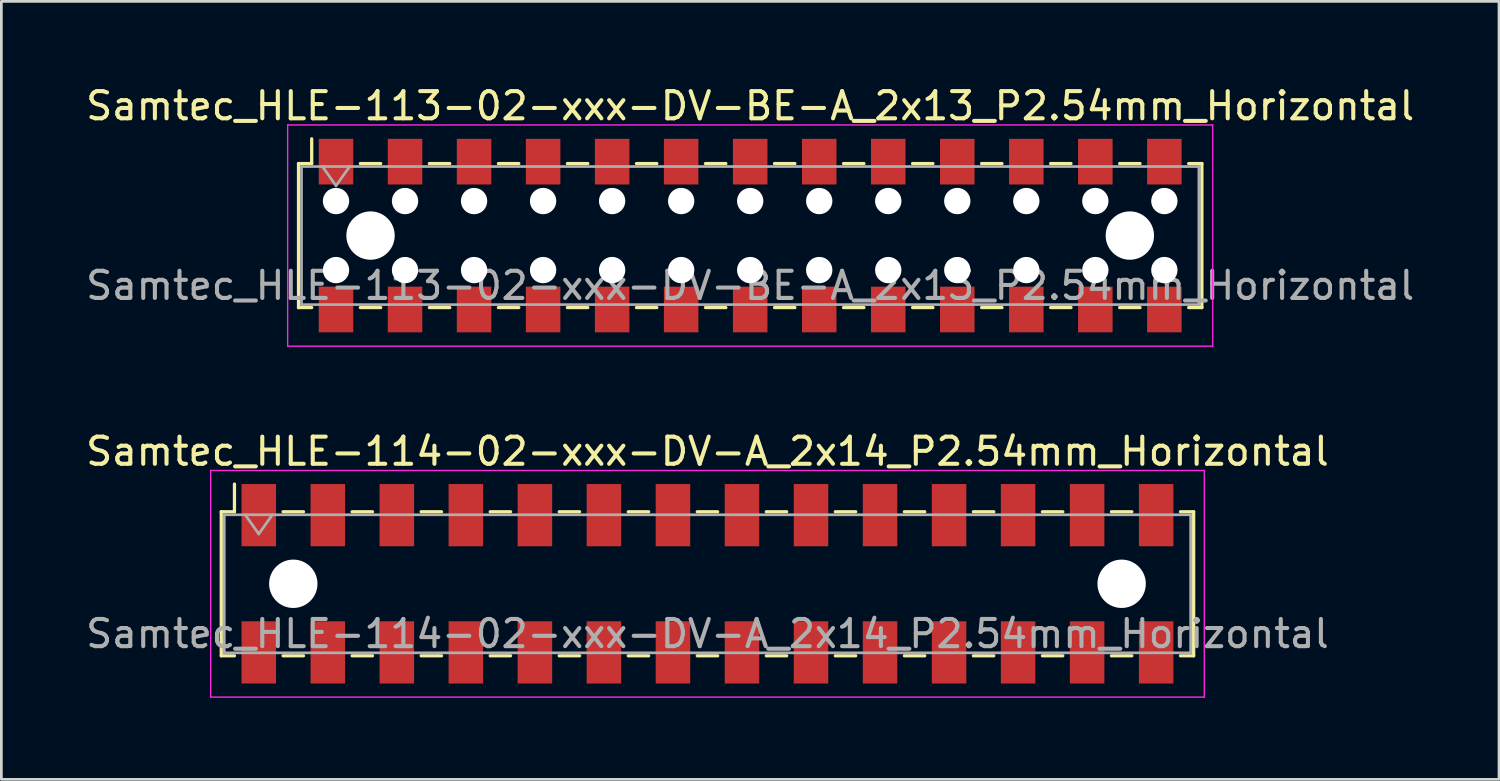
<source format=kicad_pcb>
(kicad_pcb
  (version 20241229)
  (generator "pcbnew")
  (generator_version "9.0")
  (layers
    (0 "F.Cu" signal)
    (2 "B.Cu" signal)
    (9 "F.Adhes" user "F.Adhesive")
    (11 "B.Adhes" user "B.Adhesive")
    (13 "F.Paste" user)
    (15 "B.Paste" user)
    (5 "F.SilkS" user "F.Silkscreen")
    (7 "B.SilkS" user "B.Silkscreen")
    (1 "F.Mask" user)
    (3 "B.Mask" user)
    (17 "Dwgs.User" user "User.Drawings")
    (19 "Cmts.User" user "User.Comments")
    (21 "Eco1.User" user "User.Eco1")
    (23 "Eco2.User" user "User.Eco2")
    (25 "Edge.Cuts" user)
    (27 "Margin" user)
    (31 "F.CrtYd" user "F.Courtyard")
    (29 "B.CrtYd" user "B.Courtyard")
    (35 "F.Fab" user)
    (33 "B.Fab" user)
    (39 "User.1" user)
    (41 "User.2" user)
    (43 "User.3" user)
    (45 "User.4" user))
  (footprint "Samtec_HLE-114-02-xxx-DV-A_2x14_P2.54mm_Horizontal"
    (layer "F.Cu")
    (at 22.982 18.431)
    (property "Reference" "Samtec_HLE-114-02-xxx-DV-A_2x14_P2.54mm_Horizontal" (at 0 -4.87 0) (layer "F.SilkS") (effects (font (size 1 1) (thickness 0.15))))
    (attr smd)
    (fp_line (start -17.89 -2.65) (end -17.89 2.65) (stroke (width 0.12) (type solid)) (layer "F.SilkS"))
    (fp_line (start -17.89 2.65) (end -17.405 2.65) (stroke (width 0.12) (type solid)) (layer "F.SilkS"))
    (fp_line (start -17.405 -3.67) (end -17.405 -2.65) (stroke (width 0.12) (type solid)) (layer "F.SilkS"))
    (fp_line (start -17.405 -2.65) (end -17.89 -2.65) (stroke (width 0.12) (type solid)) (layer "F.SilkS"))
    (fp_line (start -15.615 -2.65) (end -14.865 -2.65) (stroke (width 0.12) (type solid)) (layer "F.SilkS"))
    (fp_line (start -15.615 2.65) (end -14.865 2.65) (stroke (width 0.12) (type solid)) (layer "F.SilkS"))
    (fp_line (start -13.075 -2.65) (end -12.325 -2.65) (stroke (width 0.12) (type solid)) (layer "F.SilkS"))
    (fp_line (start -13.075 2.65) (end -12.325 2.65) (stroke (width 0.12) (type solid)) (layer "F.SilkS"))
    (fp_line (start -10.535 -2.65) (end -9.785 -2.65) (stroke (width 0.12) (type solid)) (layer "F.SilkS"))
    (fp_line (start -10.535 2.65) (end -9.785 2.65) (stroke (width 0.12) (type solid)) (layer "F.SilkS"))
    (fp_line (start -7.995 -2.65) (end -7.245 -2.65) (stroke (width 0.12) (type solid)) (layer "F.SilkS"))
    (fp_line (start -7.995 2.65) (end -7.245 2.65) (stroke (width 0.12) (type solid)) (layer "F.SilkS"))
    (fp_line (start -5.455 -2.65) (end -4.705 -2.65) (stroke (width 0.12) (type solid)) (layer "F.SilkS"))
    (fp_line (start -5.455 2.65) (end -4.705 2.65) (stroke (width 0.12) (type solid)) (layer "F.SilkS"))
    (fp_line (start -2.915 -2.65) (end -2.165 -2.65) (stroke (width 0.12) (type solid)) (layer "F.SilkS"))
    (fp_line (start -2.915 2.65) (end -2.165 2.65) (stroke (width 0.12) (type solid)) (layer "F.SilkS"))
    (fp_line (start -0.375 -2.65) (end 0.375 -2.65) (stroke (width 0.12) (type solid)) (layer "F.SilkS"))
    (fp_line (start -0.375 2.65) (end 0.375 2.65) (stroke (width 0.12) (type solid)) (layer "F.SilkS"))
    (fp_line (start 2.165 -2.65) (end 2.915 -2.65) (stroke (width 0.12) (type solid)) (layer "F.SilkS"))
    (fp_line (start 2.165 2.65) (end 2.915 2.65) (stroke (width 0.12) (type solid)) (layer "F.SilkS"))
    (fp_line (start 4.705 -2.65) (end 5.455 -2.65) (stroke (width 0.12) (type solid)) (layer "F.SilkS"))
    (fp_line (start 4.705 2.65) (end 5.455 2.65) (stroke (width 0.12) (type solid)) (layer "F.SilkS"))
    (fp_line (start 7.245 -2.65) (end 7.995 -2.65) (stroke (width 0.12) (type solid)) (layer "F.SilkS"))
    (fp_line (start 7.245 2.65) (end 7.995 2.65) (stroke (width 0.12) (type solid)) (layer "F.SilkS"))
    (fp_line (start 9.785 -2.65) (end 10.535 -2.65) (stroke (width 0.12) (type solid)) (layer "F.SilkS"))
    (fp_line (start 9.785 2.65) (end 10.535 2.65) (stroke (width 0.12) (type solid)) (layer "F.SilkS"))
    (fp_line (start 12.325 -2.65) (end 13.075 -2.65) (stroke (width 0.12) (type solid)) (layer "F.SilkS"))
    (fp_line (start 12.325 2.65) (end 13.075 2.65) (stroke (width 0.12) (type solid)) (layer "F.SilkS"))
    (fp_line (start 14.865 -2.65) (end 15.615 -2.65) (stroke (width 0.12) (type solid)) (layer "F.SilkS"))
    (fp_line (start 14.865 2.65) (end 15.615 2.65) (stroke (width 0.12) (type solid)) (layer "F.SilkS"))
    (fp_line (start 17.405 -2.65) (end 17.89 -2.65) (stroke (width 0.12) (type solid)) (layer "F.SilkS"))
    (fp_line (start 17.89 -2.65) (end 17.89 2.65) (stroke (width 0.12) (type solid)) (layer "F.SilkS"))
    (fp_line (start 17.89 2.65) (end 17.405 2.65) (stroke (width 0.12) (type solid)) (layer "F.SilkS"))
    (fp_line (start -18.28 -4.17) (end 18.28 -4.17) (stroke (width 0.05) (type solid)) (layer "F.CrtYd"))
    (fp_line (start -18.28 4.17) (end -18.28 -4.17) (stroke (width 0.05) (type solid)) (layer "F.CrtYd"))
    (fp_line (start 18.28 -4.17) (end 18.28 4.17) (stroke (width 0.05) (type solid)) (layer "F.CrtYd"))
    (fp_line (start 18.28 4.17) (end -18.28 4.17) (stroke (width 0.05) (type solid)) (layer "F.CrtYd"))
    (fp_line (start -17.78 -2.54) (end 17.78 -2.54) (stroke (width 0.1) (type solid)) (layer "F.Fab"))
    (fp_line (start -17.78 2.54) (end -17.78 -2.54) (stroke (width 0.1) (type solid)) (layer "F.Fab"))
    (fp_line (start -17.01 -2.54) (end -16.51 -1.833) (stroke (width 0.1) (type solid)) (layer "F.Fab"))
    (fp_line (start -16.51 -1.833) (end -16.01 -2.54) (stroke (width 0.1) (type solid)) (layer "F.Fab"))
    (fp_line (start 17.78 -2.54) (end 17.78 2.54) (stroke (width 0.1) (type solid)) (layer "F.Fab"))
    (fp_line (start 17.78 2.54) (end -17.78 2.54) (stroke (width 0.1) (type solid)) (layer "F.Fab"))
    (fp_text user "${REFERENCE}" (at 0 1.84 0) (layer "F.Fab") (effects (font (size 1 1) (thickness 0.15))))
    (pad "" np_thru_hole circle (at -15.24 0) (size 1.78 1.78) (drill 1.78) (layers "*.Cu" "*.Mask"))
    (pad "" np_thru_hole circle (at 15.24 0) (size 1.78 1.78) (drill 1.78) (layers "*.Cu" "*.Mask"))
    (pad "1" smd rect (at -16.51 -2.525) (size 1.27 2.29) (layers "F.Cu" "F.Mask" "F.Paste"))
    (pad "2" smd rect (at -16.51 2.525) (size 1.27 2.29) (layers "F.Cu" "F.Mask" "F.Paste"))
    (pad "3" smd rect (at -13.97 -2.525) (size 1.27 2.29) (layers "F.Cu" "F.Mask" "F.Paste"))
    (pad "4" smd rect (at -13.97 2.525) (size 1.27 2.29) (layers "F.Cu" "F.Mask" "F.Paste"))
    (pad "5" smd rect (at -11.43 -2.525) (size 1.27 2.29) (layers "F.Cu" "F.Mask" "F.Paste"))
    (pad "6" smd rect (at -11.43 2.525) (size 1.27 2.29) (layers "F.Cu" "F.Mask" "F.Paste"))
    (pad "7" smd rect (at -8.89 -2.525) (size 1.27 2.29) (layers "F.Cu" "F.Mask" "F.Paste"))
    (pad "8" smd rect (at -8.89 2.525) (size 1.27 2.29) (layers "F.Cu" "F.Mask" "F.Paste"))
    (pad "9" smd rect (at -6.35 -2.525) (size 1.27 2.29) (layers "F.Cu" "F.Mask" "F.Paste"))
    (pad "10" smd rect (at -6.35 2.525) (size 1.27 2.29) (layers "F.Cu" "F.Mask" "F.Paste"))
    (pad "11" smd rect (at -3.81 -2.525) (size 1.27 2.29) (layers "F.Cu" "F.Mask" "F.Paste"))
    (pad "12" smd rect (at -3.81 2.525) (size 1.27 2.29) (layers "F.Cu" "F.Mask" "F.Paste"))
    (pad "13" smd rect (at -1.27 -2.525) (size 1.27 2.29) (layers "F.Cu" "F.Mask" "F.Paste"))
    (pad "14" smd rect (at -1.27 2.525) (size 1.27 2.29) (layers "F.Cu" "F.Mask" "F.Paste"))
    (pad "15" smd rect (at 1.27 -2.525) (size 1.27 2.29) (layers "F.Cu" "F.Mask" "F.Paste"))
    (pad "16" smd rect (at 1.27 2.525) (size 1.27 2.29) (layers "F.Cu" "F.Mask" "F.Paste"))
    (pad "17" smd rect (at 3.81 -2.525) (size 1.27 2.29) (layers "F.Cu" "F.Mask" "F.Paste"))
    (pad "18" smd rect (at 3.81 2.525) (size 1.27 2.29) (layers "F.Cu" "F.Mask" "F.Paste"))
    (pad "19" smd rect (at 6.35 -2.525) (size 1.27 2.29) (layers "F.Cu" "F.Mask" "F.Paste"))
    (pad "20" smd rect (at 6.35 2.525) (size 1.27 2.29) (layers "F.Cu" "F.Mask" "F.Paste"))
    (pad "21" smd rect (at 8.89 -2.525) (size 1.27 2.29) (layers "F.Cu" "F.Mask" "F.Paste"))
    (pad "22" smd rect (at 8.89 2.525) (size 1.27 2.29) (layers "F.Cu" "F.Mask" "F.Paste"))
    (pad "23" smd rect (at 11.43 -2.525) (size 1.27 2.29) (layers "F.Cu" "F.Mask" "F.Paste"))
    (pad "24" smd rect (at 11.43 2.525) (size 1.27 2.29) (layers "F.Cu" "F.Mask" "F.Paste"))
    (pad "25" smd rect (at 13.97 -2.525) (size 1.27 2.29) (layers "F.Cu" "F.Mask" "F.Paste"))
    (pad "26" smd rect (at 13.97 2.525) (size 1.27 2.29) (layers "F.Cu" "F.Mask" "F.Paste"))
    (pad "27" smd rect (at 16.51 -2.525) (size 1.27 2.29) (layers "F.Cu" "F.Mask" "F.Paste"))
    (pad "28" smd rect (at 16.51 2.525) (size 1.27 2.29) (layers "F.Cu" "F.Mask" "F.Paste")))
  (footprint "Samtec_HLE-113-02-xxx-DV-BE-A_2x13_P2.54mm_Horizontal"
    (layer "F.Cu")
    (at 24.554 5.618)
    (property "Reference" "Samtec_HLE-113-02-xxx-DV-BE-A_2x13_P2.54mm_Horizontal" (at 0 -4.77 0) (layer "F.SilkS") (effects (font (size 1 1) (thickness 0.15))))
    (attr smd)
    (fp_line (start -16.62 -2.65) (end -16.62 2.65) (stroke (width 0.12) (type solid)) (layer "F.SilkS"))
    (fp_line (start -16.62 2.65) (end -16.135 2.65) (stroke (width 0.12) (type solid)) (layer "F.SilkS"))
    (fp_line (start -16.135 -3.56) (end -16.135 -2.65) (stroke (width 0.12) (type solid)) (layer "F.SilkS"))
    (fp_line (start -16.135 -2.65) (end -16.62 -2.65) (stroke (width 0.12) (type solid)) (layer "F.SilkS"))
    (fp_line (start -14.345 -2.65) (end -13.595 -2.65) (stroke (width 0.12) (type solid)) (layer "F.SilkS"))
    (fp_line (start -14.345 2.65) (end -13.595 2.65) (stroke (width 0.12) (type solid)) (layer "F.SilkS"))
    (fp_line (start -11.805 -2.65) (end -11.055 -2.65) (stroke (width 0.12) (type solid)) (layer "F.SilkS"))
    (fp_line (start -11.805 2.65) (end -11.055 2.65) (stroke (width 0.12) (type solid)) (layer "F.SilkS"))
    (fp_line (start -9.265 -2.65) (end -8.515 -2.65) (stroke (width 0.12) (type solid)) (layer "F.SilkS"))
    (fp_line (start -9.265 2.65) (end -8.515 2.65) (stroke (width 0.12) (type solid)) (layer "F.SilkS"))
    (fp_line (start -6.725 -2.65) (end -5.975 -2.65) (stroke (width 0.12) (type solid)) (layer "F.SilkS"))
    (fp_line (start -6.725 2.65) (end -5.975 2.65) (stroke (width 0.12) (type solid)) (layer "F.SilkS"))
    (fp_line (start -4.185 -2.65) (end -3.435 -2.65) (stroke (width 0.12) (type solid)) (layer "F.SilkS"))
    (fp_line (start -4.185 2.65) (end -3.435 2.65) (stroke (width 0.12) (type solid)) (layer "F.SilkS"))
    (fp_line (start -1.645 -2.65) (end -0.895 -2.65) (stroke (width 0.12) (type solid)) (layer "F.SilkS"))
    (fp_line (start -1.645 2.65) (end -0.895 2.65) (stroke (width 0.12) (type solid)) (layer "F.SilkS"))
    (fp_line (start 0.895 -2.65) (end 1.645 -2.65) (stroke (width 0.12) (type solid)) (layer "F.SilkS"))
    (fp_line (start 0.895 2.65) (end 1.645 2.65) (stroke (width 0.12) (type solid)) (layer "F.SilkS"))
    (fp_line (start 3.435 -2.65) (end 4.185 -2.65) (stroke (width 0.12) (type solid)) (layer "F.SilkS"))
    (fp_line (start 3.435 2.65) (end 4.185 2.65) (stroke (width 0.12) (type solid)) (layer "F.SilkS"))
    (fp_line (start 5.975 -2.65) (end 6.725 -2.65) (stroke (width 0.12) (type solid)) (layer "F.SilkS"))
    (fp_line (start 5.975 2.65) (end 6.725 2.65) (stroke (width 0.12) (type solid)) (layer "F.SilkS"))
    (fp_line (start 8.515 -2.65) (end 9.265 -2.65) (stroke (width 0.12) (type solid)) (layer "F.SilkS"))
    (fp_line (start 8.515 2.65) (end 9.265 2.65) (stroke (width 0.12) (type solid)) (layer "F.SilkS"))
    (fp_line (start 11.055 -2.65) (end 11.805 -2.65) (stroke (width 0.12) (type solid)) (layer "F.SilkS"))
    (fp_line (start 11.055 2.65) (end 11.805 2.65) (stroke (width 0.12) (type solid)) (layer "F.SilkS"))
    (fp_line (start 13.595 -2.65) (end 14.345 -2.65) (stroke (width 0.12) (type solid)) (layer "F.SilkS"))
    (fp_line (start 13.595 2.65) (end 14.345 2.65) (stroke (width 0.12) (type solid)) (layer "F.SilkS"))
    (fp_line (start 16.135 -2.65) (end 16.62 -2.65) (stroke (width 0.12) (type solid)) (layer "F.SilkS"))
    (fp_line (start 16.62 -2.65) (end 16.62 2.65) (stroke (width 0.12) (type solid)) (layer "F.SilkS"))
    (fp_line (start 16.62 2.65) (end 16.135 2.65) (stroke (width 0.12) (type solid)) (layer "F.SilkS"))
    (fp_line (start -17.02 -4.07) (end 17.02 -4.07) (stroke (width 0.05) (type solid)) (layer "F.CrtYd"))
    (fp_line (start -17.02 4.07) (end -17.02 -4.07) (stroke (width 0.05) (type solid)) (layer "F.CrtYd"))
    (fp_line (start 17.02 -4.07) (end 17.02 4.07) (stroke (width 0.05) (type solid)) (layer "F.CrtYd"))
    (fp_line (start 17.02 4.07) (end -17.02 4.07) (stroke (width 0.05) (type solid)) (layer "F.CrtYd"))
    (fp_line (start -16.51 -2.54) (end 16.51 -2.54) (stroke (width 0.1) (type solid)) (layer "F.Fab"))
    (fp_line (start -16.51 2.54) (end -16.51 -2.54) (stroke (width 0.1) (type solid)) (layer "F.Fab"))
    (fp_line (start -15.74 -2.54) (end -15.24 -1.833) (stroke (width 0.1) (type solid)) (layer "F.Fab"))
    (fp_line (start -15.24 -1.833) (end -14.74 -2.54) (stroke (width 0.1) (type solid)) (layer "F.Fab"))
    (fp_line (start 16.51 -2.54) (end 16.51 2.54) (stroke (width 0.1) (type solid)) (layer "F.Fab"))
    (fp_line (start 16.51 2.54) (end -16.51 2.54) (stroke (width 0.1) (type solid)) (layer "F.Fab"))
    (fp_text user "${REFERENCE}" (at 0 1.84 0) (layer "F.Fab") (effects (font (size 1 1) (thickness 0.15))))
    (pad "" np_thru_hole circle (at -15.24 -1.27) (size 0.97 0.97) (drill 0.97) (layers "*.Cu" "*.Mask"))
    (pad "" np_thru_hole circle (at -15.24 1.27) (size 0.97 0.97) (drill 0.97) (layers "*.Cu" "*.Mask"))
    (pad "" np_thru_hole circle (at -13.97 0) (size 1.78 1.78) (drill 1.78) (layers "*.Cu" "*.Mask"))
    (pad "" np_thru_hole circle (at -12.7 -1.27) (size 0.97 0.97) (drill 0.97) (layers "*.Cu" "*.Mask"))
    (pad "" np_thru_hole circle (at -12.7 1.27) (size 0.97 0.97) (drill 0.97) (layers "*.Cu" "*.Mask"))
    (pad "" np_thru_hole circle (at -10.16 -1.27) (size 0.97 0.97) (drill 0.97) (layers "*.Cu" "*.Mask"))
    (pad "" np_thru_hole circle (at -10.16 1.27) (size 0.97 0.97) (drill 0.97) (layers "*.Cu" "*.Mask"))
    (pad "" np_thru_hole circle (at -7.62 -1.27) (size 0.97 0.97) (drill 0.97) (layers "*.Cu" "*.Mask"))
    (pad "" np_thru_hole circle (at -7.62 1.27) (size 0.97 0.97) (drill 0.97) (layers "*.Cu" "*.Mask"))
    (pad "" np_thru_hole circle (at -5.08 -1.27) (size 0.97 0.97) (drill 0.97) (layers "*.Cu" "*.Mask"))
    (pad "" np_thru_hole circle (at -5.08 1.27) (size 0.97 0.97) (drill 0.97) (layers "*.Cu" "*.Mask"))
    (pad "" np_thru_hole circle (at -2.54 -1.27) (size 0.97 0.97) (drill 0.97) (layers "*.Cu" "*.Mask"))
    (pad "" np_thru_hole circle (at -2.54 1.27) (size 0.97 0.97) (drill 0.97) (layers "*.Cu" "*.Mask"))
    (pad "" np_thru_hole circle (at 0 -1.27) (size 0.97 0.97) (drill 0.97) (layers "*.Cu" "*.Mask"))
    (pad "" np_thru_hole circle (at 0 1.27) (size 0.97 0.97) (drill 0.97) (layers "*.Cu" "*.Mask"))
    (pad "" np_thru_hole circle (at 2.54 -1.27) (size 0.97 0.97) (drill 0.97) (layers "*.Cu" "*.Mask"))
    (pad "" np_thru_hole circle (at 2.54 1.27) (size 0.97 0.97) (drill 0.97) (layers "*.Cu" "*.Mask"))
    (pad "" np_thru_hole circle (at 5.08 -1.27) (size 0.97 0.97) (drill 0.97) (layers "*.Cu" "*.Mask"))
    (pad "" np_thru_hole circle (at 5.08 1.27) (size 0.97 0.97) (drill 0.97) (layers "*.Cu" "*.Mask"))
    (pad "" np_thru_hole circle (at 7.62 -1.27) (size 0.97 0.97) (drill 0.97) (layers "*.Cu" "*.Mask"))
    (pad "" np_thru_hole circle (at 7.62 1.27) (size 0.97 0.97) (drill 0.97) (layers "*.Cu" "*.Mask"))
    (pad "" np_thru_hole circle (at 10.16 -1.27) (size 0.97 0.97) (drill 0.97) (layers "*.Cu" "*.Mask"))
    (pad "" np_thru_hole circle (at 10.16 1.27) (size 0.97 0.97) (drill 0.97) (layers "*.Cu" "*.Mask"))
    (pad "" np_thru_hole circle (at 12.7 -1.27) (size 0.97 0.97) (drill 0.97) (layers "*.Cu" "*.Mask"))
    (pad "" np_thru_hole circle (at 12.7 1.27) (size 0.97 0.97) (drill 0.97) (layers "*.Cu" "*.Mask"))
    (pad "" np_thru_hole circle (at 13.97 0) (size 1.78 1.78) (drill 1.78) (layers "*.Cu" "*.Mask"))
    (pad "" np_thru_hole circle (at 15.24 -1.27) (size 0.97 0.97) (drill 0.97) (layers "*.Cu" "*.Mask"))
    (pad "" np_thru_hole circle (at 15.24 1.27) (size 0.97 0.97) (drill 0.97) (layers "*.Cu" "*.Mask"))
    (pad "1" smd rect (at -15.24 -2.72) (size 1.27 1.68) (layers "F.Cu" "F.Mask" "F.Paste"))
    (pad "2" smd rect (at -15.24 2.72) (size 1.27 1.68) (layers "F.Cu" "F.Mask" "F.Paste"))
    (pad "3" smd rect (at -12.7 -2.72) (size 1.27 1.68) (layers "F.Cu" "F.Mask" "F.Paste"))
    (pad "4" smd rect (at -12.7 2.72) (size 1.27 1.68) (layers "F.Cu" "F.Mask" "F.Paste"))
    (pad "5" smd rect (at -10.16 -2.72) (size 1.27 1.68) (layers "F.Cu" "F.Mask" "F.Paste"))
    (pad "6" smd rect (at -10.16 2.72) (size 1.27 1.68) (layers "F.Cu" "F.Mask" "F.Paste"))
    (pad "7" smd rect (at -7.62 -2.72) (size 1.27 1.68) (layers "F.Cu" "F.Mask" "F.Paste"))
    (pad "8" smd rect (at -7.62 2.72) (size 1.27 1.68) (layers "F.Cu" "F.Mask" "F.Paste"))
    (pad "9" smd rect (at -5.08 -2.72) (size 1.27 1.68) (layers "F.Cu" "F.Mask" "F.Paste"))
    (pad "10" smd rect (at -5.08 2.72) (size 1.27 1.68) (layers "F.Cu" "F.Mask" "F.Paste"))
    (pad "11" smd rect (at -2.54 -2.72) (size 1.27 1.68) (layers "F.Cu" "F.Mask" "F.Paste"))
    (pad "12" smd rect (at -2.54 2.72) (size 1.27 1.68) (layers "F.Cu" "F.Mask" "F.Paste"))
    (pad "13" smd rect (at 0 -2.72) (size 1.27 1.68) (layers "F.Cu" "F.Mask" "F.Paste"))
    (pad "14" smd rect (at 0 2.72) (size 1.27 1.68) (layers "F.Cu" "F.Mask" "F.Paste"))
    (pad "15" smd rect (at 2.54 -2.72) (size 1.27 1.68) (layers "F.Cu" "F.Mask" "F.Paste"))
    (pad "16" smd rect (at 2.54 2.72) (size 1.27 1.68) (layers "F.Cu" "F.Mask" "F.Paste"))
    (pad "17" smd rect (at 5.08 -2.72) (size 1.27 1.68) (layers "F.Cu" "F.Mask" "F.Paste"))
    (pad "18" smd rect (at 5.08 2.72) (size 1.27 1.68) (layers "F.Cu" "F.Mask" "F.Paste"))
    (pad "19" smd rect (at 7.62 -2.72) (size 1.27 1.68) (layers "F.Cu" "F.Mask" "F.Paste"))
    (pad "20" smd rect (at 7.62 2.72) (size 1.27 1.68) (layers "F.Cu" "F.Mask" "F.Paste"))
    (pad "21" smd rect (at 10.16 -2.72) (size 1.27 1.68) (layers "F.Cu" "F.Mask" "F.Paste"))
    (pad "22" smd rect (at 10.16 2.72) (size 1.27 1.68) (layers "F.Cu" "F.Mask" "F.Paste"))
    (pad "23" smd rect (at 12.7 -2.72) (size 1.27 1.68) (layers "F.Cu" "F.Mask" "F.Paste"))
    (pad "24" smd rect (at 12.7 2.72) (size 1.27 1.68) (layers "F.Cu" "F.Mask" "F.Paste"))
    (pad "25" smd rect (at 15.24 -2.72) (size 1.27 1.68) (layers "F.Cu" "F.Mask" "F.Paste"))
    (pad "26" smd rect (at 15.24 2.72) (size 1.27 1.68) (layers "F.Cu" "F.Mask" "F.Paste")))
  (gr_rect
    (start -3 -3)
    (end 52.107 25.627)
    (stroke (width 0.1) (type default))
    (fill no)
    (layer "Edge.Cuts")))
</source>
